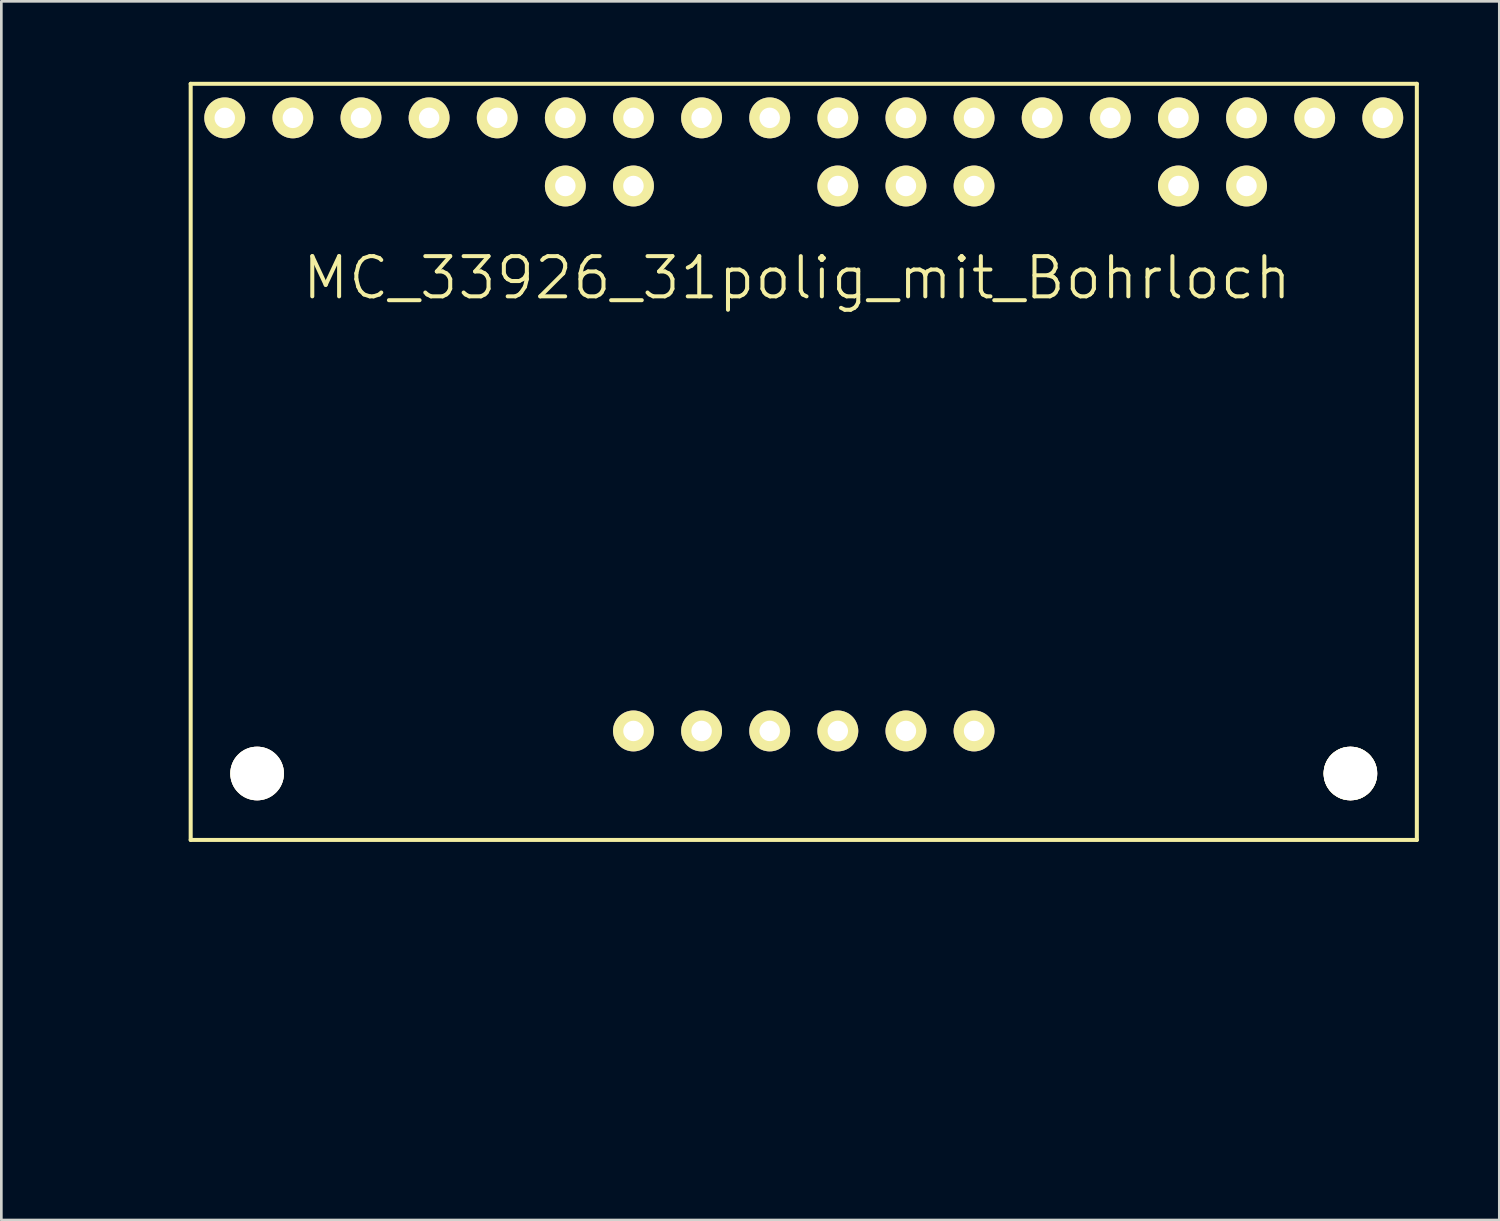
<source format=kicad_pcb>
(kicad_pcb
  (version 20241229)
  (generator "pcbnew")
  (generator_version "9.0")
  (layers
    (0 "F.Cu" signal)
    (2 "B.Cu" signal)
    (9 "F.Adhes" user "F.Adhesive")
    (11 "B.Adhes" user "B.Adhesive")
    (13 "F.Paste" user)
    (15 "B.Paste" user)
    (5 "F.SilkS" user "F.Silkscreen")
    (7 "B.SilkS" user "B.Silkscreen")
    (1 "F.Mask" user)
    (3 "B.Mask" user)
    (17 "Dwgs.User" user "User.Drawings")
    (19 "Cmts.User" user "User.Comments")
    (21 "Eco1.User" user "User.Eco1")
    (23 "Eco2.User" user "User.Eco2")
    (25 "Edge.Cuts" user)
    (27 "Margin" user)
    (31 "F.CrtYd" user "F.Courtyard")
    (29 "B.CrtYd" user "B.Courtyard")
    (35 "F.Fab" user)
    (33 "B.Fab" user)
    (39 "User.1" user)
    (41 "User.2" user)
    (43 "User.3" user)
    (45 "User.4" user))
  (footprint "MC_33926_31polig_mit_Bohrloch"
    (layer "F.Cu")
    (at 0.25 39.191)
    (property "Reference" "MC_33926_31polig_mit_Bohrloch" (at 26.416 -31.877 0) (layer "F.SilkS") (effects (font (size 1.5 1.5) (thickness 0.15))))
    (attr through_hole)
    (fp_line (start 3.81 -39.116) (end 49.53 -39.116) (stroke (width 0.15) (type solid)) (layer "F.SilkS"))
    (fp_line (start 3.81 -10.922) (end 3.81 -39.116) (stroke (width 0.15) (type solid)) (layer "F.SilkS"))
    (fp_line (start 49.53 -39.116) (end 49.53 -10.922) (stroke (width 0.15) (type solid)) (layer "F.SilkS"))
    (fp_line (start 49.53 -10.922) (end 3.81 -10.922) (stroke (width 0.15) (type solid)) (layer "F.SilkS"))
    (fp_circle (center 6.287 -13.399) (end 7.048 -13.906) (stroke (width 0.15) (type solid)) (fill no) (layer "F.SilkS"))
    (fp_circle (center 17.78 -35.306) (end 17.907 -35.052) (stroke (width 0.15) (type solid)) (fill no) (layer "F.SilkS"))
    (fp_circle (center 20.32 -35.306) (end 20.447 -35.052) (stroke (width 0.15) (type solid)) (fill no) (layer "F.SilkS"))
    (fp_circle (center 27.94 -35.306) (end 28.067 -35.052) (stroke (width 0.15) (type solid)) (fill no) (layer "F.SilkS"))
    (fp_circle (center 30.48 -35.306) (end 30.607 -35.052) (stroke (width 0.15) (type solid)) (fill no) (layer "F.SilkS"))
    (fp_circle (center 33.02 -35.306) (end 33.147 -35.052) (stroke (width 0.15) (type solid)) (fill no) (layer "F.SilkS"))
    (fp_circle (center 40.64 -35.306) (end 40.767 -35.052) (stroke (width 0.15) (type solid)) (fill no) (layer "F.SilkS"))
    (fp_circle (center 43.18 -35.306) (end 43.434 -35.179) (stroke (width 0.15) (type solid)) (fill no) (layer "F.SilkS"))
    (fp_circle (center 47.053 -13.399) (end 47.816 -13.906) (stroke (width 0.15) (type solid)) (fill no) (layer "F.SilkS"))
    (fp_circle (center 47.053 -13.399) (end 47.816 -13.906) (stroke (width 0.15) (type solid)) (fill no) (layer "F.SilkS"))
    (fp_circle (center 47.053 -13.399) (end 47.816 -13.906) (stroke (width 0.15) (type solid)) (fill no) (layer "F.SilkS"))
    (fp_circle (center 47.053 -13.399) (end 47.816 -13.906) (stroke (width 0.15) (type solid)) (fill no) (layer "F.SilkS"))
    (pad "1" thru_hole circle (at 5.08 -37.846) (size 1.524 1.524) (drill 0.762) (layers "*.Cu" "*.Mask" "F.SilkS"))
    (pad "2" thru_hole circle (at 7.62 -37.846) (size 1.524 1.524) (drill 0.762) (layers "*.Cu" "*.Mask" "F.SilkS"))
    (pad "3" thru_hole circle (at 10.16 -37.846) (size 1.524 1.524) (drill 0.762) (layers "*.Cu" "*.Mask" "F.SilkS"))
    (pad "4" thru_hole circle (at 12.7 -37.846) (size 1.524 1.524) (drill 0.762) (layers "*.Cu" "*.Mask" "F.SilkS"))
    (pad "5" thru_hole circle (at 15.24 -37.846) (size 1.524 1.524) (drill 0.762) (layers "*.Cu" "*.Mask" "F.SilkS"))
    (pad "6" thru_hole circle (at 17.78 -37.846) (size 1.524 1.524) (drill 0.762) (layers "*.Cu" "*.Mask" "F.SilkS"))
    (pad "7" thru_hole circle (at 20.32 -37.846) (size 1.524 1.524) (drill 0.762) (layers "*.Cu" "*.Mask" "F.SilkS"))
    (pad "8" thru_hole circle (at 22.86 -37.846) (size 1.524 1.524) (drill 0.762) (layers "*.Cu" "*.Mask" "F.SilkS"))
    (pad "9" thru_hole circle (at 25.4 -37.846) (size 1.524 1.524) (drill 0.762) (layers "*.Cu" "*.Mask" "F.SilkS"))
    (pad "10" thru_hole circle (at 27.94 -37.846) (size 1.524 1.524) (drill 0.762) (layers "*.Cu" "*.Mask" "F.SilkS"))
    (pad "11" thru_hole circle (at 30.48 -37.846) (size 1.524 1.524) (drill 0.762) (layers "*.Cu" "*.Mask" "F.SilkS"))
    (pad "12" thru_hole circle (at 33.02 -37.846) (size 1.524 1.524) (drill 0.762) (layers "*.Cu" "*.Mask" "F.SilkS"))
    (pad "13" thru_hole circle (at 35.56 -37.846) (size 1.524 1.524) (drill 0.762) (layers "*.Cu" "*.Mask" "F.SilkS"))
    (pad "14" thru_hole circle (at 38.1 -37.846) (size 1.524 1.524) (drill 0.762) (layers "*.Cu" "*.Mask" "F.SilkS"))
    (pad "15" thru_hole circle (at 40.64 -37.846) (size 1.524 1.524) (drill 0.762) (layers "*.Cu" "*.Mask" "F.SilkS"))
    (pad "16" thru_hole circle (at 43.18 -37.846) (size 1.524 1.524) (drill 0.762) (layers "*.Cu" "*.Mask" "F.SilkS"))
    (pad "17" thru_hole circle (at 45.72 -37.846) (size 1.524 1.524) (drill 0.762) (layers "*.Cu" "*.Mask" "F.SilkS"))
    (pad "18" thru_hole circle (at 48.26 -37.846) (size 1.524 1.524) (drill 0.762) (layers "*.Cu" "*.Mask" "F.SilkS"))
    (pad "19" thru_hole circle (at 20.32 -14.986) (size 1.524 1.524) (drill 0.762) (layers "*.Cu" "*.Mask" "F.SilkS"))
    (pad "20" thru_hole circle (at 22.86 -14.986) (size 1.524 1.524) (drill 0.762) (layers "*.Cu" "*.Mask" "F.SilkS"))
    (pad "21" thru_hole circle (at 25.4 -14.986) (size 1.524 1.524) (drill 0.762) (layers "*.Cu" "*.Mask" "F.SilkS"))
    (pad "22" thru_hole circle (at 27.94 -14.986) (size 1.524 1.524) (drill 0.762) (layers "*.Cu" "*.Mask" "F.SilkS"))
    (pad "23" thru_hole circle (at 30.48 -14.986) (size 1.524 1.524) (drill 0.762) (layers "*.Cu" "*.Mask" "F.SilkS"))
    (pad "24" thru_hole circle (at 33.02 -14.986) (size 1.524 1.524) (drill 0.762) (layers "*.Cu" "*.Mask" "F.SilkS"))
    (pad "25" thru_hole circle (at 17.78 -35.306) (size 1.524 1.524) (drill 0.762) (layers "*.Cu" "*.Mask" "F.SilkS"))
    (pad "26" thru_hole circle (at 20.32 -35.306) (size 1.524 1.524) (drill 0.762) (layers "*.Cu" "*.Mask" "F.SilkS"))
    (pad "27" thru_hole circle (at 27.94 -35.306) (size 1.524 1.524) (drill 0.762) (layers "*.Cu" "*.Mask" "F.SilkS"))
    (pad "28" thru_hole circle (at 30.48 -35.306) (size 1.524 1.524) (drill 0.762) (layers "*.Cu" "*.Mask" "F.SilkS"))
    (pad "29" thru_hole circle (at 33.02 -35.306) (size 1.524 1.524) (drill 0.762) (layers "*.Cu" "*.Mask" "F.SilkS"))
    (pad "30" thru_hole circle (at 40.64 -35.306) (size 1.524 1.524) (drill 0.762) (layers "*.Cu" "*.Mask" "F.SilkS"))
    (pad "31" thru_hole circle (at 43.18 -35.306) (size 1.524 1.524) (drill 0.762) (layers "*.Cu" "*.Mask" "F.SilkS"))
    (pad "~" thru_hole circle (at 6.287 -13.399) (size 2 2) (drill 2) (layers "*.Cu" "*.Mask" "F.SilkS"))
    (pad "~" thru_hole circle (at 47.053 -13.399) (size 2 2) (drill 2) (layers "*.Cu" "*.Mask" "F.SilkS")))
  (gr_rect
    (start -3 -3)
    (end 52.855 42.441)
    (stroke (width 0.1) (type default))
    (fill no)
    (layer "Edge.Cuts")))
</source>
